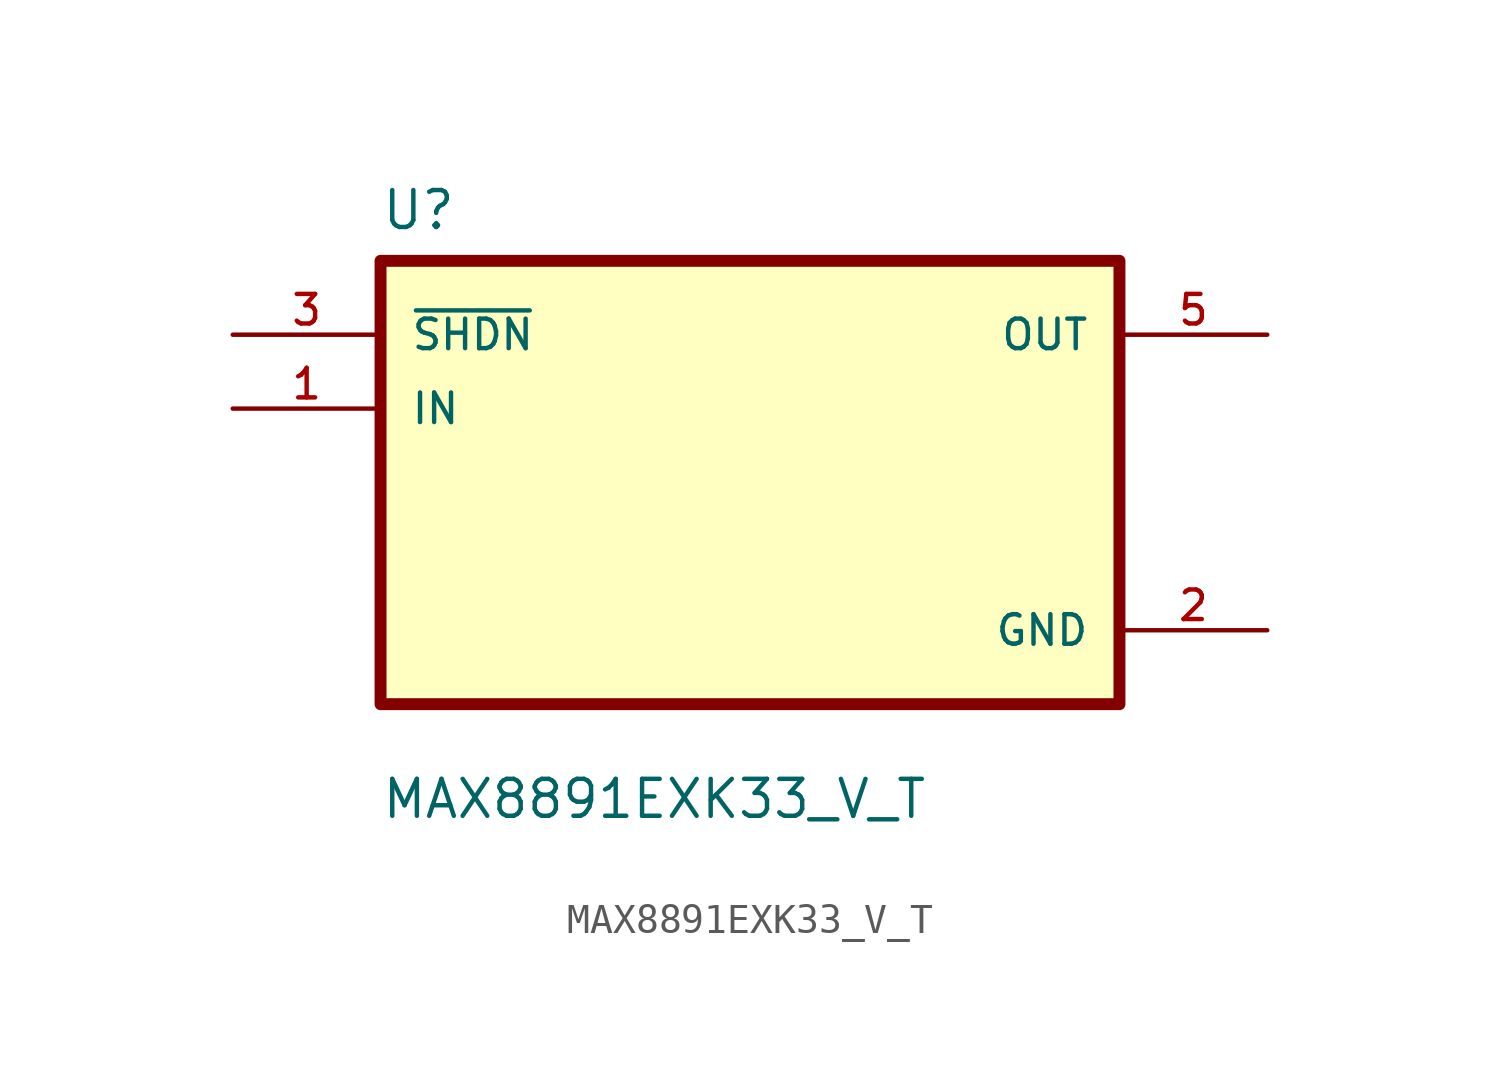
<source format=kicad_sym>
(kicad_symbol_lib
  (version 20211014)
  (generator kicad_symbol_editor)
  (symbol "MAX8891EXK33_V_T"
    (pin_names
      (offset 1.016))
    (property "Reference" "U"
      (at -12.7 8.62 0.0)
      (effects (font (size 1.27 1.27)) (justify bottom left)))
    (property "Value" "MAX8891EXK33_V_T"
      (at -12.7 -11.62 0.0)
      (effects (font (size 1.27 1.27)) (justify bottom left)))
    (symbol "MAX8891EXK33_V_T_0_0"
      (rectangle (start -12.7 -7.62) (end 12.7 7.62) (stroke (width 0.41)) (fill (type background)))
      (pin input line (at -17.78 5.08 0) (length 5.08) (name "~{SHDN}" (effects (font (size 1.016 1.016)))) (number "3" (effects (font (size 1.016 1.016)))))
      (pin input line (at -17.78 2.54 0) (length 5.08) (name "IN" (effects (font (size 1.016 1.016)))) (number "1" (effects (font (size 1.016 1.016)))))
      (pin output line (at 17.78 5.08 180.0) (length 5.08) (name "OUT" (effects (font (size 1.016 1.016)))) (number "5" (effects (font (size 1.016 1.016)))))
      (pin power_in line (at 17.78 -5.08 180.0) (length 5.08) (name "GND" (effects (font (size 1.016 1.016)))) (number "2" (effects (font (size 1.016 1.016))))))))
</source>
